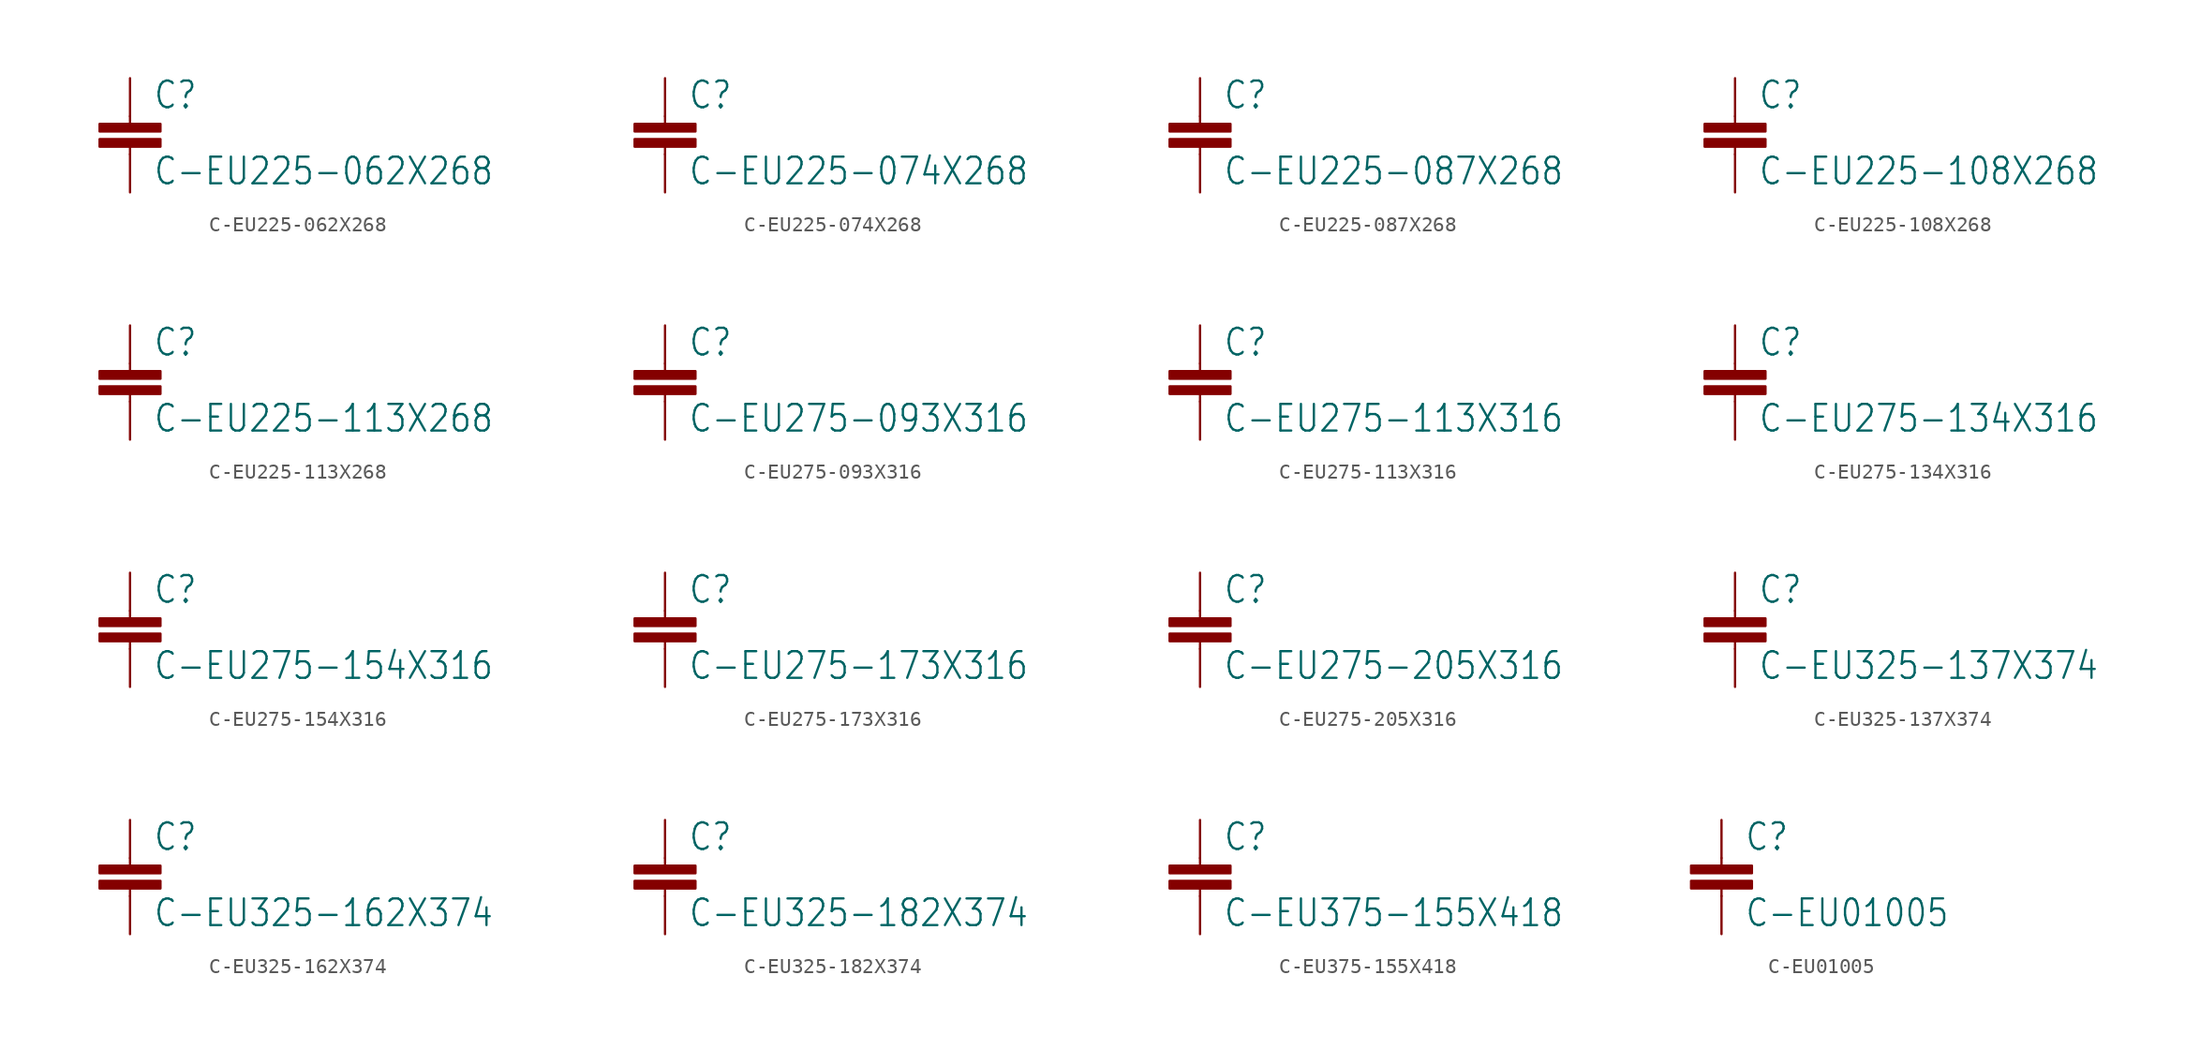
<source format=kicad_sym>
(kicad_symbol_lib
  (version 20210619)
  (generator kicad_symbol_editor)
  (symbol "C-EU225-062X268"
    (property "Reference" "C"
      (at 1.524 0.381 0)
      (effects (font (size 1.778 1.511)) (justify left bottom)))
    (property "Value" "C-EU225-062X268"
      (at 1.524 -4.699 0)
      (effects (font (size 1.778 1.511)) (justify left bottom)))
    (property "ki_locked" ""
      (at 0 0 0)
      (effects (font (size 1.27 1.27))))
    (symbol "C-EU225-062X268_1_0"
      (rectangle (start -2.032 -2.032) (end 2.032 -1.524) (stroke (width 0)) (fill (type outline)))
      (rectangle (start -2.032 -1.016) (end 2.032 -0.508) (stroke (width 0)) (fill (type outline)))
      (polyline (pts (xy 0 -2.54) (xy 0 -2.032)) (stroke (width 0.152)) (fill (type none)))
      (polyline (pts (xy 0 0) (xy 0 -0.508)) (stroke (width 0.152)) (fill (type none)))
      (pin passive line (at 0 2.54 270) (length 2.54) (name "1" (effects (font (size 0 0)))) (number "1" (effects (font (size 0 0)))))
      (pin passive line (at 0 -5.08 90) (length 2.54) (name "2" (effects (font (size 0 0)))) (number "2" (effects (font (size 0 0)))))))
  (symbol "C-EU225-074X268"
    (property "Reference" "C"
      (at 1.524 0.381 0)
      (effects (font (size 1.778 1.511)) (justify left bottom)))
    (property "Value" "C-EU225-074X268"
      (at 1.524 -4.699 0)
      (effects (font (size 1.778 1.511)) (justify left bottom)))
    (property "ki_locked" ""
      (at 0 0 0)
      (effects (font (size 1.27 1.27))))
    (symbol "C-EU225-074X268_1_0"
      (rectangle (start -2.032 -2.032) (end 2.032 -1.524) (stroke (width 0)) (fill (type outline)))
      (rectangle (start -2.032 -1.016) (end 2.032 -0.508) (stroke (width 0)) (fill (type outline)))
      (polyline (pts (xy 0 -2.54) (xy 0 -2.032)) (stroke (width 0.152)) (fill (type none)))
      (polyline (pts (xy 0 0) (xy 0 -0.508)) (stroke (width 0.152)) (fill (type none)))
      (pin passive line (at 0 2.54 270) (length 2.54) (name "1" (effects (font (size 0 0)))) (number "1" (effects (font (size 0 0)))))
      (pin passive line (at 0 -5.08 90) (length 2.54) (name "2" (effects (font (size 0 0)))) (number "2" (effects (font (size 0 0)))))))
  (symbol "C-EU225-087X268"
    (property "Reference" "C"
      (at 1.524 0.381 0)
      (effects (font (size 1.778 1.511)) (justify left bottom)))
    (property "Value" "C-EU225-087X268"
      (at 1.524 -4.699 0)
      (effects (font (size 1.778 1.511)) (justify left bottom)))
    (property "ki_locked" ""
      (at 0 0 0)
      (effects (font (size 1.27 1.27))))
    (symbol "C-EU225-087X268_1_0"
      (rectangle (start -2.032 -2.032) (end 2.032 -1.524) (stroke (width 0)) (fill (type outline)))
      (rectangle (start -2.032 -1.016) (end 2.032 -0.508) (stroke (width 0)) (fill (type outline)))
      (polyline (pts (xy 0 -2.54) (xy 0 -2.032)) (stroke (width 0.152)) (fill (type none)))
      (polyline (pts (xy 0 0) (xy 0 -0.508)) (stroke (width 0.152)) (fill (type none)))
      (pin passive line (at 0 2.54 270) (length 2.54) (name "1" (effects (font (size 0 0)))) (number "1" (effects (font (size 0 0)))))
      (pin passive line (at 0 -5.08 90) (length 2.54) (name "2" (effects (font (size 0 0)))) (number "2" (effects (font (size 0 0)))))))
  (symbol "C-EU225-108X268"
    (property "Reference" "C"
      (at 1.524 0.381 0)
      (effects (font (size 1.778 1.511)) (justify left bottom)))
    (property "Value" "C-EU225-108X268"
      (at 1.524 -4.699 0)
      (effects (font (size 1.778 1.511)) (justify left bottom)))
    (property "ki_locked" ""
      (at 0 0 0)
      (effects (font (size 1.27 1.27))))
    (symbol "C-EU225-108X268_1_0"
      (rectangle (start -2.032 -2.032) (end 2.032 -1.524) (stroke (width 0)) (fill (type outline)))
      (rectangle (start -2.032 -1.016) (end 2.032 -0.508) (stroke (width 0)) (fill (type outline)))
      (polyline (pts (xy 0 -2.54) (xy 0 -2.032)) (stroke (width 0.152)) (fill (type none)))
      (polyline (pts (xy 0 0) (xy 0 -0.508)) (stroke (width 0.152)) (fill (type none)))
      (pin passive line (at 0 2.54 270) (length 2.54) (name "1" (effects (font (size 0 0)))) (number "1" (effects (font (size 0 0)))))
      (pin passive line (at 0 -5.08 90) (length 2.54) (name "2" (effects (font (size 0 0)))) (number "2" (effects (font (size 0 0)))))))
  (symbol "C-EU225-113X268"
    (property "Reference" "C"
      (at 1.524 0.381 0)
      (effects (font (size 1.778 1.511)) (justify left bottom)))
    (property "Value" "C-EU225-113X268"
      (at 1.524 -4.699 0)
      (effects (font (size 1.778 1.511)) (justify left bottom)))
    (property "ki_locked" ""
      (at 0 0 0)
      (effects (font (size 1.27 1.27))))
    (symbol "C-EU225-113X268_1_0"
      (rectangle (start -2.032 -2.032) (end 2.032 -1.524) (stroke (width 0)) (fill (type outline)))
      (rectangle (start -2.032 -1.016) (end 2.032 -0.508) (stroke (width 0)) (fill (type outline)))
      (polyline (pts (xy 0 -2.54) (xy 0 -2.032)) (stroke (width 0.152)) (fill (type none)))
      (polyline (pts (xy 0 0) (xy 0 -0.508)) (stroke (width 0.152)) (fill (type none)))
      (pin passive line (at 0 2.54 270) (length 2.54) (name "1" (effects (font (size 0 0)))) (number "1" (effects (font (size 0 0)))))
      (pin passive line (at 0 -5.08 90) (length 2.54) (name "2" (effects (font (size 0 0)))) (number "2" (effects (font (size 0 0)))))))
  (symbol "C-EU275-093X316"
    (property "Reference" "C"
      (at 1.524 0.381 0)
      (effects (font (size 1.778 1.511)) (justify left bottom)))
    (property "Value" "C-EU275-093X316"
      (at 1.524 -4.699 0)
      (effects (font (size 1.778 1.511)) (justify left bottom)))
    (property "ki_locked" ""
      (at 0 0 0)
      (effects (font (size 1.27 1.27))))
    (symbol "C-EU275-093X316_1_0"
      (rectangle (start -2.032 -2.032) (end 2.032 -1.524) (stroke (width 0)) (fill (type outline)))
      (rectangle (start -2.032 -1.016) (end 2.032 -0.508) (stroke (width 0)) (fill (type outline)))
      (polyline (pts (xy 0 -2.54) (xy 0 -2.032)) (stroke (width 0.152)) (fill (type none)))
      (polyline (pts (xy 0 0) (xy 0 -0.508)) (stroke (width 0.152)) (fill (type none)))
      (pin passive line (at 0 2.54 270) (length 2.54) (name "1" (effects (font (size 0 0)))) (number "1" (effects (font (size 0 0)))))
      (pin passive line (at 0 -5.08 90) (length 2.54) (name "2" (effects (font (size 0 0)))) (number "2" (effects (font (size 0 0)))))))
  (symbol "C-EU275-113X316"
    (property "Reference" "C"
      (at 1.524 0.381 0)
      (effects (font (size 1.778 1.511)) (justify left bottom)))
    (property "Value" "C-EU275-113X316"
      (at 1.524 -4.699 0)
      (effects (font (size 1.778 1.511)) (justify left bottom)))
    (property "ki_locked" ""
      (at 0 0 0)
      (effects (font (size 1.27 1.27))))
    (symbol "C-EU275-113X316_1_0"
      (rectangle (start -2.032 -2.032) (end 2.032 -1.524) (stroke (width 0)) (fill (type outline)))
      (rectangle (start -2.032 -1.016) (end 2.032 -0.508) (stroke (width 0)) (fill (type outline)))
      (polyline (pts (xy 0 -2.54) (xy 0 -2.032)) (stroke (width 0.152)) (fill (type none)))
      (polyline (pts (xy 0 0) (xy 0 -0.508)) (stroke (width 0.152)) (fill (type none)))
      (pin passive line (at 0 2.54 270) (length 2.54) (name "1" (effects (font (size 0 0)))) (number "1" (effects (font (size 0 0)))))
      (pin passive line (at 0 -5.08 90) (length 2.54) (name "2" (effects (font (size 0 0)))) (number "2" (effects (font (size 0 0)))))))
  (symbol "C-EU275-134X316"
    (property "Reference" "C"
      (at 1.524 0.381 0)
      (effects (font (size 1.778 1.511)) (justify left bottom)))
    (property "Value" "C-EU275-134X316"
      (at 1.524 -4.699 0)
      (effects (font (size 1.778 1.511)) (justify left bottom)))
    (property "ki_locked" ""
      (at 0 0 0)
      (effects (font (size 1.27 1.27))))
    (symbol "C-EU275-134X316_1_0"
      (rectangle (start -2.032 -2.032) (end 2.032 -1.524) (stroke (width 0)) (fill (type outline)))
      (rectangle (start -2.032 -1.016) (end 2.032 -0.508) (stroke (width 0)) (fill (type outline)))
      (polyline (pts (xy 0 -2.54) (xy 0 -2.032)) (stroke (width 0.152)) (fill (type none)))
      (polyline (pts (xy 0 0) (xy 0 -0.508)) (stroke (width 0.152)) (fill (type none)))
      (pin passive line (at 0 2.54 270) (length 2.54) (name "1" (effects (font (size 0 0)))) (number "1" (effects (font (size 0 0)))))
      (pin passive line (at 0 -5.08 90) (length 2.54) (name "2" (effects (font (size 0 0)))) (number "2" (effects (font (size 0 0)))))))
  (symbol "C-EU275-154X316"
    (property "Reference" "C"
      (at 1.524 0.381 0)
      (effects (font (size 1.778 1.511)) (justify left bottom)))
    (property "Value" "C-EU275-154X316"
      (at 1.524 -4.699 0)
      (effects (font (size 1.778 1.511)) (justify left bottom)))
    (property "ki_locked" ""
      (at 0 0 0)
      (effects (font (size 1.27 1.27))))
    (symbol "C-EU275-154X316_1_0"
      (rectangle (start -2.032 -2.032) (end 2.032 -1.524) (stroke (width 0)) (fill (type outline)))
      (rectangle (start -2.032 -1.016) (end 2.032 -0.508) (stroke (width 0)) (fill (type outline)))
      (polyline (pts (xy 0 -2.54) (xy 0 -2.032)) (stroke (width 0.152)) (fill (type none)))
      (polyline (pts (xy 0 0) (xy 0 -0.508)) (stroke (width 0.152)) (fill (type none)))
      (pin passive line (at 0 2.54 270) (length 2.54) (name "1" (effects (font (size 0 0)))) (number "1" (effects (font (size 0 0)))))
      (pin passive line (at 0 -5.08 90) (length 2.54) (name "2" (effects (font (size 0 0)))) (number "2" (effects (font (size 0 0)))))))
  (symbol "C-EU275-173X316"
    (property "Reference" "C"
      (at 1.524 0.381 0)
      (effects (font (size 1.778 1.511)) (justify left bottom)))
    (property "Value" "C-EU275-173X316"
      (at 1.524 -4.699 0)
      (effects (font (size 1.778 1.511)) (justify left bottom)))
    (property "ki_locked" ""
      (at 0 0 0)
      (effects (font (size 1.27 1.27))))
    (symbol "C-EU275-173X316_1_0"
      (rectangle (start -2.032 -2.032) (end 2.032 -1.524) (stroke (width 0)) (fill (type outline)))
      (rectangle (start -2.032 -1.016) (end 2.032 -0.508) (stroke (width 0)) (fill (type outline)))
      (polyline (pts (xy 0 -2.54) (xy 0 -2.032)) (stroke (width 0.152)) (fill (type none)))
      (polyline (pts (xy 0 0) (xy 0 -0.508)) (stroke (width 0.152)) (fill (type none)))
      (pin passive line (at 0 2.54 270) (length 2.54) (name "1" (effects (font (size 0 0)))) (number "1" (effects (font (size 0 0)))))
      (pin passive line (at 0 -5.08 90) (length 2.54) (name "2" (effects (font (size 0 0)))) (number "2" (effects (font (size 0 0)))))))
  (symbol "C-EU275-205X316"
    (property "Reference" "C"
      (at 1.524 0.381 0)
      (effects (font (size 1.778 1.511)) (justify left bottom)))
    (property "Value" "C-EU275-205X316"
      (at 1.524 -4.699 0)
      (effects (font (size 1.778 1.511)) (justify left bottom)))
    (property "ki_locked" ""
      (at 0 0 0)
      (effects (font (size 1.27 1.27))))
    (symbol "C-EU275-205X316_1_0"
      (rectangle (start -2.032 -2.032) (end 2.032 -1.524) (stroke (width 0)) (fill (type outline)))
      (rectangle (start -2.032 -1.016) (end 2.032 -0.508) (stroke (width 0)) (fill (type outline)))
      (polyline (pts (xy 0 -2.54) (xy 0 -2.032)) (stroke (width 0.152)) (fill (type none)))
      (polyline (pts (xy 0 0) (xy 0 -0.508)) (stroke (width 0.152)) (fill (type none)))
      (pin passive line (at 0 2.54 270) (length 2.54) (name "1" (effects (font (size 0 0)))) (number "1" (effects (font (size 0 0)))))
      (pin passive line (at 0 -5.08 90) (length 2.54) (name "2" (effects (font (size 0 0)))) (number "2" (effects (font (size 0 0)))))))
  (symbol "C-EU325-137X374"
    (property "Reference" "C"
      (at 1.524 0.381 0)
      (effects (font (size 1.778 1.511)) (justify left bottom)))
    (property "Value" "C-EU325-137X374"
      (at 1.524 -4.699 0)
      (effects (font (size 1.778 1.511)) (justify left bottom)))
    (property "ki_locked" ""
      (at 0 0 0)
      (effects (font (size 1.27 1.27))))
    (symbol "C-EU325-137X374_1_0"
      (rectangle (start -2.032 -2.032) (end 2.032 -1.524) (stroke (width 0)) (fill (type outline)))
      (rectangle (start -2.032 -1.016) (end 2.032 -0.508) (stroke (width 0)) (fill (type outline)))
      (polyline (pts (xy 0 -2.54) (xy 0 -2.032)) (stroke (width 0.152)) (fill (type none)))
      (polyline (pts (xy 0 0) (xy 0 -0.508)) (stroke (width 0.152)) (fill (type none)))
      (pin passive line (at 0 2.54 270) (length 2.54) (name "1" (effects (font (size 0 0)))) (number "1" (effects (font (size 0 0)))))
      (pin passive line (at 0 -5.08 90) (length 2.54) (name "2" (effects (font (size 0 0)))) (number "2" (effects (font (size 0 0)))))))
  (symbol "C-EU325-162X374"
    (property "Reference" "C"
      (at 1.524 0.381 0)
      (effects (font (size 1.778 1.511)) (justify left bottom)))
    (property "Value" "C-EU325-162X374"
      (at 1.524 -4.699 0)
      (effects (font (size 1.778 1.511)) (justify left bottom)))
    (property "ki_locked" ""
      (at 0 0 0)
      (effects (font (size 1.27 1.27))))
    (symbol "C-EU325-162X374_1_0"
      (rectangle (start -2.032 -2.032) (end 2.032 -1.524) (stroke (width 0)) (fill (type outline)))
      (rectangle (start -2.032 -1.016) (end 2.032 -0.508) (stroke (width 0)) (fill (type outline)))
      (polyline (pts (xy 0 -2.54) (xy 0 -2.032)) (stroke (width 0.152)) (fill (type none)))
      (polyline (pts (xy 0 0) (xy 0 -0.508)) (stroke (width 0.152)) (fill (type none)))
      (pin passive line (at 0 2.54 270) (length 2.54) (name "1" (effects (font (size 0 0)))) (number "1" (effects (font (size 0 0)))))
      (pin passive line (at 0 -5.08 90) (length 2.54) (name "2" (effects (font (size 0 0)))) (number "2" (effects (font (size 0 0)))))))
  (symbol "C-EU325-182X374"
    (property "Reference" "C"
      (at 1.524 0.381 0)
      (effects (font (size 1.778 1.511)) (justify left bottom)))
    (property "Value" "C-EU325-182X374"
      (at 1.524 -4.699 0)
      (effects (font (size 1.778 1.511)) (justify left bottom)))
    (property "ki_locked" ""
      (at 0 0 0)
      (effects (font (size 1.27 1.27))))
    (symbol "C-EU325-182X374_1_0"
      (rectangle (start -2.032 -2.032) (end 2.032 -1.524) (stroke (width 0)) (fill (type outline)))
      (rectangle (start -2.032 -1.016) (end 2.032 -0.508) (stroke (width 0)) (fill (type outline)))
      (polyline (pts (xy 0 -2.54) (xy 0 -2.032)) (stroke (width 0.152)) (fill (type none)))
      (polyline (pts (xy 0 0) (xy 0 -0.508)) (stroke (width 0.152)) (fill (type none)))
      (pin passive line (at 0 2.54 270) (length 2.54) (name "1" (effects (font (size 0 0)))) (number "1" (effects (font (size 0 0)))))
      (pin passive line (at 0 -5.08 90) (length 2.54) (name "2" (effects (font (size 0 0)))) (number "2" (effects (font (size 0 0)))))))
  (symbol "C-EU375-155X418"
    (property "Reference" "C"
      (at 1.524 0.381 0)
      (effects (font (size 1.778 1.511)) (justify left bottom)))
    (property "Value" "C-EU375-155X418"
      (at 1.524 -4.699 0)
      (effects (font (size 1.778 1.511)) (justify left bottom)))
    (property "ki_locked" ""
      (at 0 0 0)
      (effects (font (size 1.27 1.27))))
    (symbol "C-EU375-155X418_1_0"
      (rectangle (start -2.032 -2.032) (end 2.032 -1.524) (stroke (width 0)) (fill (type outline)))
      (rectangle (start -2.032 -1.016) (end 2.032 -0.508) (stroke (width 0)) (fill (type outline)))
      (polyline (pts (xy 0 -2.54) (xy 0 -2.032)) (stroke (width 0.152)) (fill (type none)))
      (polyline (pts (xy 0 0) (xy 0 -0.508)) (stroke (width 0.152)) (fill (type none)))
      (pin passive line (at 0 2.54 270) (length 2.54) (name "1" (effects (font (size 0 0)))) (number "1" (effects (font (size 0 0)))))
      (pin passive line (at 0 -5.08 90) (length 2.54) (name "2" (effects (font (size 0 0)))) (number "2" (effects (font (size 0 0)))))))
  (symbol "C-EU01005"
    (property "Reference" "C"
      (at 1.524 0.381 0)
      (effects (font (size 1.778 1.511)) (justify left bottom)))
    (property "Value" "C-EU01005"
      (at 1.524 -4.699 0)
      (effects (font (size 1.778 1.511)) (justify left bottom)))
    (property "ki_locked" ""
      (at 0 0 0)
      (effects (font (size 1.27 1.27))))
    (symbol "C-EU01005_1_0"
      (rectangle (start -2.032 -2.032) (end 2.032 -1.524) (stroke (width 0)) (fill (type outline)))
      (rectangle (start -2.032 -1.016) (end 2.032 -0.508) (stroke (width 0)) (fill (type outline)))
      (polyline (pts (xy 0 -2.54) (xy 0 -2.032)) (stroke (width 0.152)) (fill (type none)))
      (polyline (pts (xy 0 0) (xy 0 -0.508)) (stroke (width 0.152)) (fill (type none)))
      (pin passive line (at 0 2.54 270) (length 2.54) (name "1" (effects (font (size 0 0)))) (number "1" (effects (font (size 0 0)))))
      (pin passive line (at 0 -5.08 90) (length 2.54) (name "2" (effects (font (size 0 0)))) (number "2" (effects (font (size 0 0))))))))
</source>
